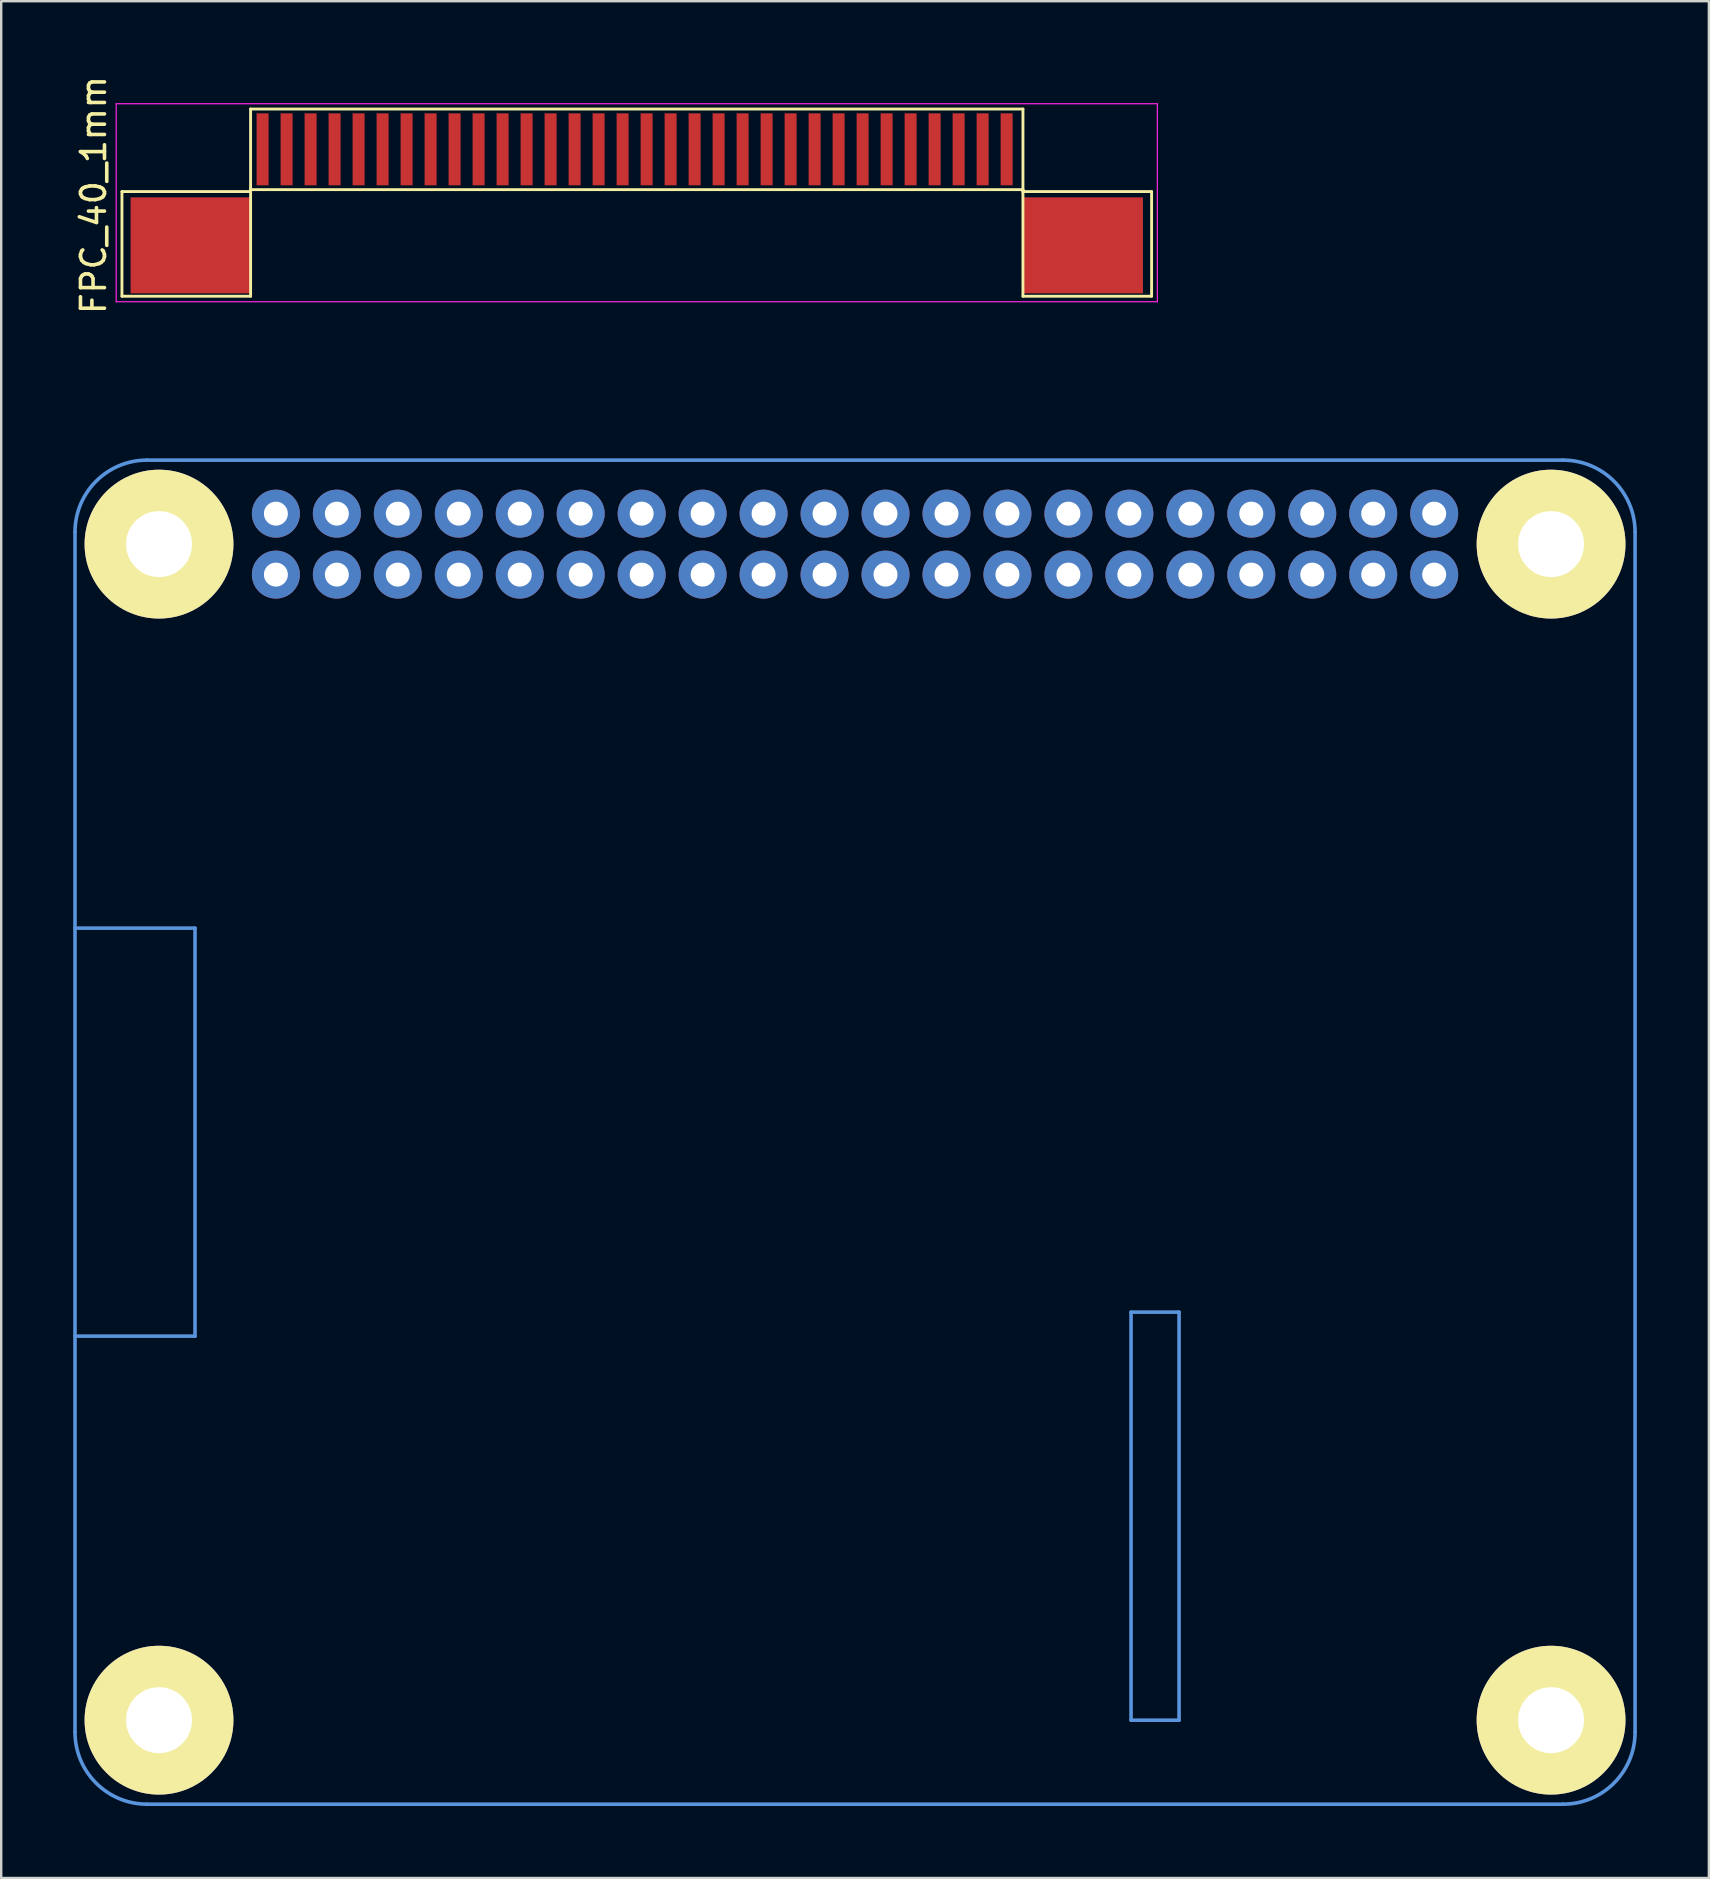
<source format=kicad_pcb>
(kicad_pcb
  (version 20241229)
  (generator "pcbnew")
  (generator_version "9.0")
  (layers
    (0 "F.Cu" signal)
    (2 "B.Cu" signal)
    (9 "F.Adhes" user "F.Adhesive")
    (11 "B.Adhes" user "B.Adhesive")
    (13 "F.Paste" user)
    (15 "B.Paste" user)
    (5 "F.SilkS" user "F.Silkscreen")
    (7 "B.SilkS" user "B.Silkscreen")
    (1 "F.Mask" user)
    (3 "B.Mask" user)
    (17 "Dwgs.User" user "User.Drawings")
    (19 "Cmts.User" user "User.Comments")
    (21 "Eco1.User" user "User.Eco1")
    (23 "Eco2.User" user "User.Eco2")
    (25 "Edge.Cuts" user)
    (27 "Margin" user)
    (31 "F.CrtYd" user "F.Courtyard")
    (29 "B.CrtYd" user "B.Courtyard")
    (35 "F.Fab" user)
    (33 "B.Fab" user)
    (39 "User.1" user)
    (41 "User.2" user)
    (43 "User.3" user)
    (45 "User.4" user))
  (footprint "RASPBERRY_PI_HAT"
    (layer "F.Cu")
    (at 32.575 19.621)
    (property "Reference" "RASPBERRY_PI_HAT" (at -3 -5.5 180) (layer "Eco1.User") (effects (font (size 1.27 1.27) (thickness 0.127))))
    (attr through_hole)
    (fp_line (start -32.5 33) (end -27.5 33) (stroke (width 0.15) (type solid)) (layer "Cmts.User"))
    (fp_line (start -32.5 49.5) (end -32.5 -0.5) (stroke (width 0.15) (type solid)) (layer "Cmts.User"))
    (fp_line (start -27.5 16) (end -32.5 16) (stroke (width 0.15) (type solid)) (layer "Cmts.User"))
    (fp_line (start -27.5 33) (end -27.5 16) (stroke (width 0.15) (type solid)) (layer "Cmts.User"))
    (fp_line (start 11.5 32) (end 11.5 49) (stroke (width 0.15) (type solid)) (layer "Cmts.User"))
    (fp_line (start 11.5 49) (end 13.5 49) (stroke (width 0.15) (type solid)) (layer "Cmts.User"))
    (fp_line (start 13.5 32) (end 11.5 32) (stroke (width 0.15) (type solid)) (layer "Cmts.User"))
    (fp_line (start 13.5 49) (end 13.5 32) (stroke (width 0.15) (type solid)) (layer "Cmts.User"))
    (fp_line (start 29.5 -3.5) (end -29.5 -3.5) (stroke (width 0.15) (type solid)) (layer "Cmts.User"))
    (fp_line (start 29.5 52.5) (end -29.5 52.5) (stroke (width 0.15) (type solid)) (layer "Cmts.User"))
    (fp_line (start 32.5 -0.5) (end 32.5 49.5) (stroke (width 0.15) (type solid)) (layer "Cmts.User"))
    (fp_arc (start -32.5 -0.5) (mid -31.62132 -2.62132) (end -29.5 -3.5) (stroke (width 0.15) (type solid)) (layer "Cmts.User"))
    (fp_arc (start -29.5 52.5) (mid -31.62132 51.62132) (end -32.5 49.5) (stroke (width 0.15) (type solid)) (layer "Cmts.User"))
    (fp_arc (start 29.5 -3.5) (mid 31.62132 -2.62132) (end 32.5 -0.5) (stroke (width 0.15) (type solid)) (layer "Cmts.User"))
    (fp_arc (start 32.5 49.5) (mid 31.62132 51.62132) (end 29.5 52.5) (stroke (width 0.15) (type solid)) (layer "Cmts.User"))
    (fp_text user "1" (at -24.13 3.81 0) (layer "Eco1.User") (effects (font (size 1.016 1.016) (thickness 0.163))))
    (pad "" np_thru_hole circle (at -29 0) (size 6.2 6.2) (drill 2.75) (layers "*.Cu" "*.Mask" "F.SilkS"))
    (pad "" np_thru_hole circle (at -29 49) (size 6.2 6.2) (drill 2.75) (layers "*.Cu" "*.Mask" "F.SilkS"))
    (pad "" np_thru_hole circle (at 29 0) (size 6.2 6.2) (drill 2.75) (layers "*.Cu" "*.Mask" "F.SilkS"))
    (pad "" np_thru_hole circle (at 29 49) (size 6.2 6.2) (drill 2.75) (layers "*.Cu" "*.Mask" "F.SilkS"))
    (pad "1" thru_hole oval (at -24.13 1.27) (size 2 2) (drill 1) (layers "*.Cu" "*.Mask"))
    (pad "2" thru_hole oval (at -24.13 -1.27) (size 2 2) (drill 1) (layers "*.Cu" "*.Mask"))
    (pad "3" thru_hole oval (at -21.59 1.27) (size 2 2) (drill 1) (layers "*.Cu" "*.Mask"))
    (pad "4" thru_hole oval (at -21.59 -1.27) (size 2 2) (drill 1) (layers "*.Cu" "*.Mask"))
    (pad "5" thru_hole oval (at -19.05 1.27) (size 2 2) (drill 1) (layers "*.Cu" "*.Mask"))
    (pad "6" thru_hole oval (at -19.05 -1.27) (size 2 2) (drill 1) (layers "*.Cu" "*.Mask"))
    (pad "7" thru_hole oval (at -16.51 1.27) (size 2 2) (drill 1) (layers "*.Cu" "*.Mask"))
    (pad "8" thru_hole oval (at -16.51 -1.27) (size 2 2) (drill 1) (layers "*.Cu" "*.Mask"))
    (pad "9" thru_hole oval (at -13.97 1.27) (size 2 2) (drill 1) (layers "*.Cu" "*.Mask"))
    (pad "10" thru_hole oval (at -13.97 -1.27) (size 2 2) (drill 1) (layers "*.Cu" "*.Mask"))
    (pad "11" thru_hole oval (at -11.43 1.27) (size 2 2) (drill 1) (layers "*.Cu" "*.Mask"))
    (pad "12" thru_hole oval (at -11.43 -1.27) (size 2 2) (drill 1) (layers "*.Cu" "*.Mask"))
    (pad "13" thru_hole oval (at -8.89 1.27) (size 2 2) (drill 1) (layers "*.Cu" "*.Mask"))
    (pad "14" thru_hole oval (at -8.89 -1.27) (size 2 2) (drill 1) (layers "*.Cu" "*.Mask"))
    (pad "15" thru_hole oval (at -6.35 1.27) (size 2 2) (drill 1) (layers "*.Cu" "*.Mask"))
    (pad "16" thru_hole oval (at -6.35 -1.27) (size 2 2) (drill 1) (layers "*.Cu" "*.Mask"))
    (pad "17" thru_hole oval (at -3.81 1.27) (size 2 2) (drill 1) (layers "*.Cu" "*.Mask"))
    (pad "18" thru_hole oval (at -3.81 -1.27) (size 2 2) (drill 1) (layers "*.Cu" "*.Mask"))
    (pad "19" thru_hole oval (at -1.27 1.27) (size 2 2) (drill 1) (layers "*.Cu" "*.Mask"))
    (pad "20" thru_hole oval (at -1.27 -1.27) (size 2 2) (drill 1) (layers "*.Cu" "*.Mask"))
    (pad "21" thru_hole oval (at 1.27 1.27) (size 2 2) (drill 1) (layers "*.Cu" "*.Mask"))
    (pad "22" thru_hole oval (at 1.27 -1.27) (size 2 2) (drill 1) (layers "*.Cu" "*.Mask"))
    (pad "23" thru_hole oval (at 3.81 1.27) (size 2 2) (drill 1) (layers "*.Cu" "*.Mask"))
    (pad "24" thru_hole oval (at 3.81 -1.27) (size 2 2) (drill 1) (layers "*.Cu" "*.Mask"))
    (pad "25" thru_hole oval (at 6.35 1.27) (size 2 2) (drill 1) (layers "*.Cu" "*.Mask"))
    (pad "26" thru_hole oval (at 6.35 -1.27) (size 2 2) (drill 1) (layers "*.Cu" "*.Mask"))
    (pad "27" thru_hole oval (at 8.89 1.27) (size 2 2) (drill 1) (layers "*.Cu" "*.Mask"))
    (pad "28" thru_hole oval (at 8.89 -1.27) (size 2 2) (drill 1) (layers "*.Cu" "*.Mask"))
    (pad "29" thru_hole oval (at 11.43 1.27) (size 2 2) (drill 1) (layers "*.Cu" "*.Mask"))
    (pad "30" thru_hole oval (at 11.43 -1.27) (size 2 2) (drill 1) (layers "*.Cu" "*.Mask"))
    (pad "31" thru_hole oval (at 13.97 1.27) (size 2 2) (drill 1) (layers "*.Cu" "*.Mask"))
    (pad "32" thru_hole oval (at 13.97 -1.27) (size 2 2) (drill 1) (layers "*.Cu" "*.Mask"))
    (pad "33" thru_hole oval (at 16.51 1.27) (size 2 2) (drill 1) (layers "*.Cu" "*.Mask"))
    (pad "34" thru_hole oval (at 16.51 -1.27) (size 2 2) (drill 1) (layers "*.Cu" "*.Mask"))
    (pad "35" thru_hole oval (at 19.05 1.27) (size 2 2) (drill 1) (layers "*.Cu" "*.Mask"))
    (pad "36" thru_hole oval (at 19.05 -1.27) (size 2 2) (drill 1) (layers "*.Cu" "*.Mask"))
    (pad "37" thru_hole oval (at 21.59 1.27) (size 2 2) (drill 1) (layers "*.Cu" "*.Mask"))
    (pad "38" thru_hole oval (at 21.59 -1.27) (size 2 2) (drill 1) (layers "*.Cu" "*.Mask"))
    (pad "39" thru_hole oval (at 24.13 1.27) (size 2 2) (drill 1) (layers "*.Cu" "*.Mask"))
    (pad "40" thru_hole oval (at 24.13 -1.27) (size 2 2) (drill 1) (layers "*.Cu" "*.Mask")))
  (footprint "FPC_40_1mm"
    (layer "F.Cu")
    (at 27.391 3.172)
    (property "Reference" "FPC_40_1mm" (at -26.543 1.905 90) (layer "F.SilkS") (effects (font (size 1 1) (thickness 0.15))))
    (attr smd)
    (fp_line (start -25.36 1.76) (end -20 1.76) (stroke (width 0.12) (type solid)) (layer "F.SilkS"))
    (fp_line (start -25.36 6.12) (end -25.36 1.76) (stroke (width 0.12) (type solid)) (layer "F.SilkS"))
    (fp_line (start -20 -1.68) (end 12.18 -1.68) (stroke (width 0.12) (type solid)) (layer "F.SilkS"))
    (fp_line (start -20 1.68) (end -20 6.12) (stroke (width 0.12) (type solid)) (layer "F.SilkS"))
    (fp_line (start -20 1.68) (end 12.18 1.68) (stroke (width 0.12) (type solid)) (layer "F.SilkS"))
    (fp_line (start -20 1.76) (end -20 -1.68) (stroke (width 0.12) (type solid)) (layer "F.SilkS"))
    (fp_line (start -20 6.12) (end -25.36 6.12) (stroke (width 0.12) (type solid)) (layer "F.SilkS"))
    (fp_line (start 12.18 1.68) (end 12.18 6.12) (stroke (width 0.12) (type solid)) (layer "F.SilkS"))
    (fp_line (start 12.18 1.76) (end 12.18 -1.68) (stroke (width 0.12) (type solid)) (layer "F.SilkS"))
    (fp_line (start 12.18 6.12) (end 17.54 6.12) (stroke (width 0.12) (type solid)) (layer "F.SilkS"))
    (fp_line (start 17.54 1.76) (end 12.18 1.76) (stroke (width 0.12) (type solid)) (layer "F.SilkS"))
    (fp_line (start 17.54 6.12) (end 17.54 1.76) (stroke (width 0.12) (type solid)) (layer "F.SilkS"))
    (fp_line (start -25.6 -1.9) (end -25.6 6.35) (stroke (width 0.05) (type solid)) (layer "F.CrtYd"))
    (fp_line (start -25.6 -1.9) (end 17.78 -1.9) (stroke (width 0.05) (type solid)) (layer "F.CrtYd"))
    (fp_line (start -25.6 6.35) (end 17.78 6.35) (stroke (width 0.05) (type solid)) (layer "F.CrtYd"))
    (fp_line (start 17.78 -1.9) (end 17.78 6.35) (stroke (width 0.05) (type solid)) (layer "F.CrtYd"))
    (pad "1" smd rect (at -19.5 0) (size 0.5 3) (layers "F.Cu" "F.Mask" "F.Paste"))
    (pad "2" smd rect (at -18.5 0) (size 0.5 3) (layers "F.Cu" "F.Mask" "F.Paste"))
    (pad "3" smd rect (at -17.5 0) (size 0.5 3) (layers "F.Cu" "F.Mask" "F.Paste"))
    (pad "4" smd rect (at -16.5 0) (size 0.5 3) (layers "F.Cu" "F.Mask" "F.Paste"))
    (pad "5" smd rect (at -15.5 0) (size 0.5 3) (layers "F.Cu" "F.Mask" "F.Paste"))
    (pad "6" smd rect (at -14.5 0) (size 0.5 3) (layers "F.Cu" "F.Mask" "F.Paste"))
    (pad "7" smd rect (at -13.5 0) (size 0.5 3) (layers "F.Cu" "F.Mask" "F.Paste"))
    (pad "8" smd rect (at -12.5 0) (size 0.5 3) (layers "F.Cu" "F.Mask" "F.Paste"))
    (pad "9" smd rect (at -11.5 0) (size 0.5 3) (layers "F.Cu" "F.Mask" "F.Paste"))
    (pad "10" smd rect (at -10.5 0) (size 0.5 3) (layers "F.Cu" "F.Mask" "F.Paste"))
    (pad "11" smd rect (at -9.5 0) (size 0.5 3) (layers "F.Cu" "F.Mask" "F.Paste"))
    (pad "12" smd rect (at -8.5 0) (size 0.5 3) (layers "F.Cu" "F.Mask" "F.Paste"))
    (pad "13" smd rect (at -7.5 0) (size 0.5 3) (layers "F.Cu" "F.Mask" "F.Paste"))
    (pad "14" smd rect (at -6.5 0) (size 0.5 3) (layers "F.Cu" "F.Mask" "F.Paste"))
    (pad "15" smd rect (at -5.5 0) (size 0.5 3) (layers "F.Cu" "F.Mask" "F.Paste"))
    (pad "16" smd rect (at -4.5 0) (size 0.5 3) (layers "F.Cu" "F.Mask" "F.Paste"))
    (pad "17" smd rect (at -3.5 0) (size 0.5 3) (layers "F.Cu" "F.Mask" "F.Paste"))
    (pad "18" smd rect (at -2.5 0) (size 0.5 3) (layers "F.Cu" "F.Mask" "F.Paste"))
    (pad "19" smd rect (at -1.5 0) (size 0.5 3) (layers "F.Cu" "F.Mask" "F.Paste"))
    (pad "20" smd rect (at -0.5 0) (size 0.5 3) (layers "F.Cu" "F.Mask" "F.Paste"))
    (pad "21" smd rect (at 0.5 0) (size 0.5 3) (layers "F.Cu" "F.Mask" "F.Paste"))
    (pad "22" smd rect (at 1.5 0) (size 0.5 3) (layers "F.Cu" "F.Mask" "F.Paste"))
    (pad "23" smd rect (at 2.5 0) (size 0.5 3) (layers "F.Cu" "F.Mask" "F.Paste"))
    (pad "24" smd rect (at 3.5 0) (size 0.5 3) (layers "F.Cu" "F.Mask" "F.Paste"))
    (pad "25" smd rect (at 4.5 0) (size 0.5 3) (layers "F.Cu" "F.Mask" "F.Paste"))
    (pad "26" smd rect (at 5.5 0) (size 0.5 3) (layers "F.Cu" "F.Mask" "F.Paste"))
    (pad "27" smd rect (at 6.5 0) (size 0.5 3) (layers "F.Cu" "F.Mask" "F.Paste"))
    (pad "28" smd rect (at 7.5 0) (size 0.5 3) (layers "F.Cu" "F.Mask" "F.Paste"))
    (pad "29" smd rect (at 8.5 0) (size 0.5 3) (layers "F.Cu" "F.Mask" "F.Paste"))
    (pad "30" smd rect (at 9.5 0) (size 0.5 3) (layers "F.Cu" "F.Mask" "F.Paste"))
    (pad "31" smd rect (at 10.5 0) (size 0.5 3) (layers "F.Cu" "F.Mask" "F.Paste"))
    (pad "32" smd rect (at 11.5 0) (size 0.5 3) (layers "F.Cu" "F.Mask" "F.Paste"))
    (pad "MP" smd rect (at -22.5 4) (size 5 4) (layers "F.Cu" "F.Mask" "F.Paste"))
    (pad "MP" smd rect (at 14.68 4) (size 5 4) (layers "F.Cu" "F.Mask" "F.Paste")))
  (gr_rect
    (start -3 -3)
    (end 68.15 75.196)
    (stroke (width 0.1) (type default))
    (fill no)
    (layer "Edge.Cuts")))
</source>
